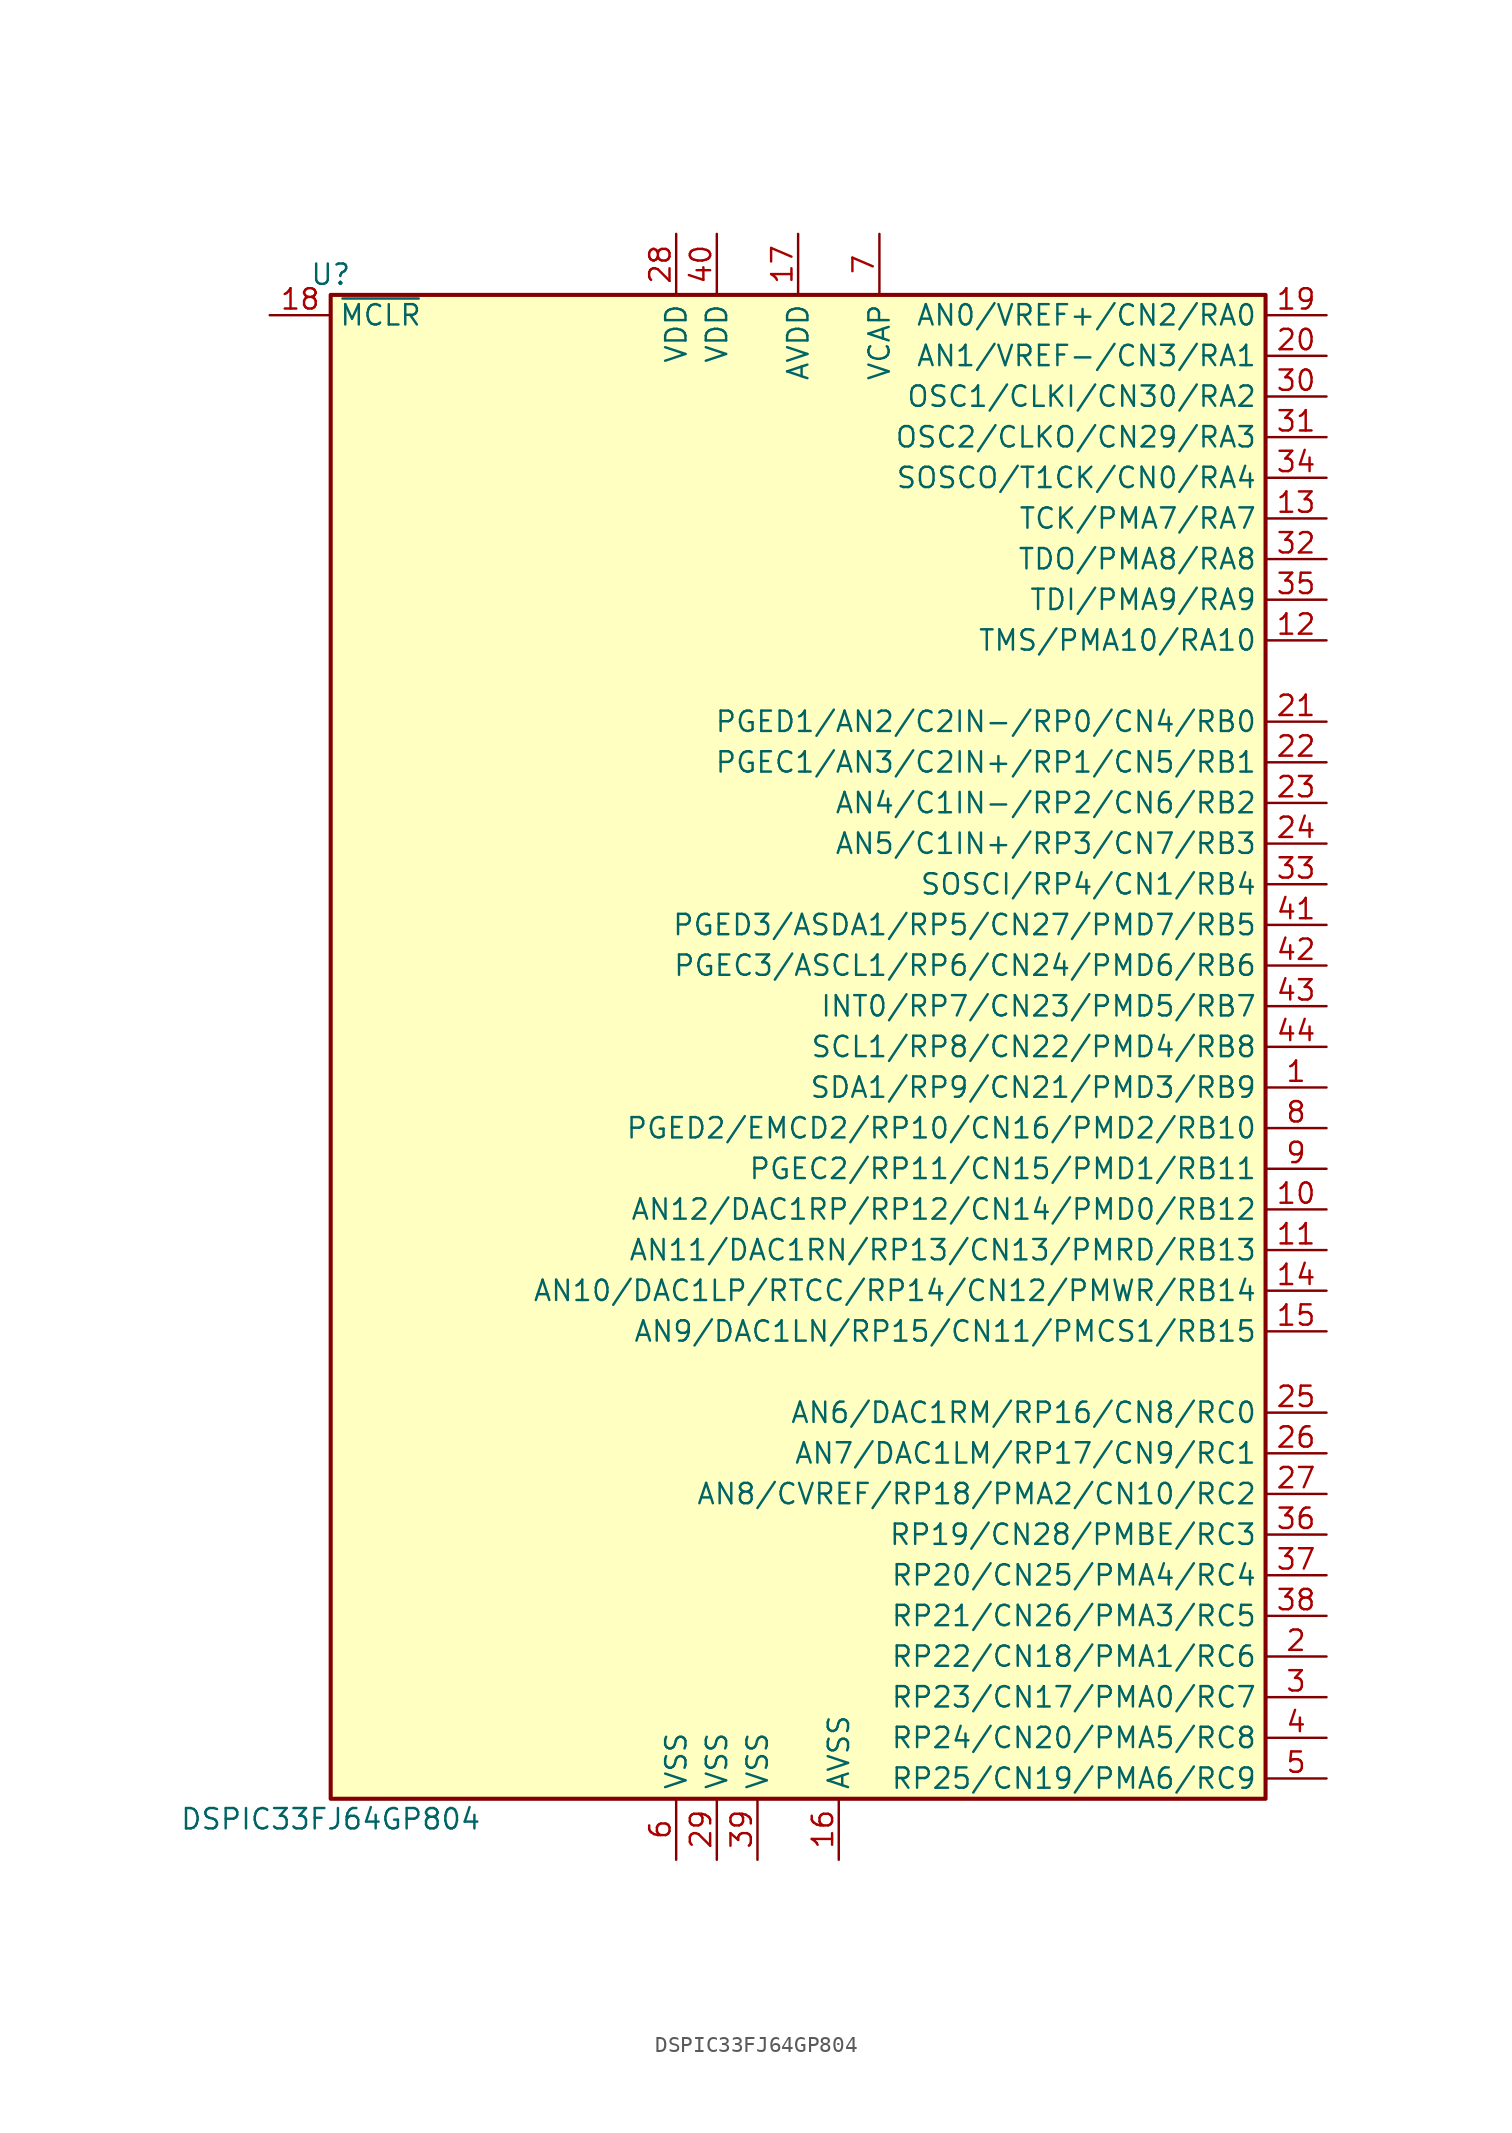
<source format=kicad_sym>
(kicad_symbol_lib
  (version 20201005)
  (generator kicad_symbol_editor)
  (symbol "DSPIC33FJ64GP804"
    (property "Reference" "U"
      (at -29.21 48.26 0)
      (effects (font (size 1.27 1.27))))
    (property "Value" "DSPIC33FJ64GP804"
      (at -29.21 -48.26 0)
      (effects (font (size 1.27 1.27))))
    (symbol "DSPIC33FJ64GP804_1_1"
      (rectangle (start -29.21 46.99) (end 29.21 -46.99) (stroke (width 0.254)) (fill (type background)))
      (pin bidirectional line (at 33.02 -2.54 180) (length 3.81) (name "SDA1/RP9/CN21/PMD3/RB9" (effects (font (size 1.27 1.27)))) (number "1" (effects (font (size 1.27 1.27)))))
      (pin bidirectional line (at 33.02 -10.16 180) (length 3.81) (name "AN12/DAC1RP/RP12/CN14/PMD0/RB12" (effects (font (size 1.27 1.27)))) (number "10" (effects (font (size 1.27 1.27)))))
      (pin bidirectional line (at 33.02 -12.7 180) (length 3.81) (name "AN11/DAC1RN/RP13/CN13/PMRD/RB13" (effects (font (size 1.27 1.27)))) (number "11" (effects (font (size 1.27 1.27)))))
      (pin bidirectional line (at 33.02 25.4 180) (length 3.81) (name "TMS/PMA10/RA10" (effects (font (size 1.27 1.27)))) (number "12" (effects (font (size 1.27 1.27)))))
      (pin bidirectional line (at 33.02 33.02 180) (length 3.81) (name "TCK/PMA7/RA7" (effects (font (size 1.27 1.27)))) (number "13" (effects (font (size 1.27 1.27)))))
      (pin bidirectional line (at 33.02 -15.24 180) (length 3.81) (name "AN10/DAC1LP/RTCC/RP14/CN12/PMWR/RB14" (effects (font (size 1.27 1.27)))) (number "14" (effects (font (size 1.27 1.27)))))
      (pin bidirectional line (at 33.02 -17.78 180) (length 3.81) (name "AN9/DAC1LN/RP15/CN11/PMCS1/RB15" (effects (font (size 1.27 1.27)))) (number "15" (effects (font (size 1.27 1.27)))))
      (pin power_in line (at 2.54 -50.8 90) (length 3.81) (name "AVSS" (effects (font (size 1.27 1.27)))) (number "16" (effects (font (size 1.27 1.27)))))
      (pin power_in line (at 0 50.8 270) (length 3.81) (name "AVDD" (effects (font (size 1.27 1.27)))) (number "17" (effects (font (size 1.27 1.27)))))
      (pin input line (at -33.02 45.72 0) (length 3.81) (name "~MCLR" (effects (font (size 1.27 1.27)))) (number "18" (effects (font (size 1.27 1.27)))))
      (pin bidirectional line (at 33.02 45.72 180) (length 3.81) (name "AN0/VREF+/CN2/RA0" (effects (font (size 1.27 1.27)))) (number "19" (effects (font (size 1.27 1.27)))))
      (pin bidirectional line (at 33.02 -38.1 180) (length 3.81) (name "RP22/CN18/PMA1/RC6" (effects (font (size 1.27 1.27)))) (number "2" (effects (font (size 1.27 1.27)))))
      (pin bidirectional line (at 33.02 43.18 180) (length 3.81) (name "AN1/VREF-/CN3/RA1" (effects (font (size 1.27 1.27)))) (number "20" (effects (font (size 1.27 1.27)))))
      (pin bidirectional line (at 33.02 20.32 180) (length 3.81) (name "PGED1/AN2/C2IN-/RP0/CN4/RB0" (effects (font (size 1.27 1.27)))) (number "21" (effects (font (size 1.27 1.27)))))
      (pin bidirectional line (at 33.02 17.78 180) (length 3.81) (name "PGEC1/AN3/C2IN+/RP1/CN5/RB1" (effects (font (size 1.27 1.27)))) (number "22" (effects (font (size 1.27 1.27)))))
      (pin bidirectional line (at 33.02 15.24 180) (length 3.81) (name "AN4/C1IN-/RP2/CN6/RB2" (effects (font (size 1.27 1.27)))) (number "23" (effects (font (size 1.27 1.27)))))
      (pin bidirectional line (at 33.02 12.7 180) (length 3.81) (name "AN5/C1IN+/RP3/CN7/RB3" (effects (font (size 1.27 1.27)))) (number "24" (effects (font (size 1.27 1.27)))))
      (pin bidirectional line (at 33.02 -22.86 180) (length 3.81) (name "AN6/DAC1RM/RP16/CN8/RC0" (effects (font (size 1.27 1.27)))) (number "25" (effects (font (size 1.27 1.27)))))
      (pin bidirectional line (at 33.02 -25.4 180) (length 3.81) (name "AN7/DAC1LM/RP17/CN9/RC1" (effects (font (size 1.27 1.27)))) (number "26" (effects (font (size 1.27 1.27)))))
      (pin bidirectional line (at 33.02 -27.94 180) (length 3.81) (name "AN8/CVREF/RP18/PMA2/CN10/RC2" (effects (font (size 1.27 1.27)))) (number "27" (effects (font (size 1.27 1.27)))))
      (pin power_in line (at -7.62 50.8 270) (length 3.81) (name "VDD" (effects (font (size 1.27 1.27)))) (number "28" (effects (font (size 1.27 1.27)))))
      (pin power_in line (at -5.08 -50.8 90) (length 3.81) (name "VSS" (effects (font (size 1.27 1.27)))) (number "29" (effects (font (size 1.27 1.27)))))
      (pin bidirectional line (at 33.02 -40.64 180) (length 3.81) (name "RP23/CN17/PMA0/RC7" (effects (font (size 1.27 1.27)))) (number "3" (effects (font (size 1.27 1.27)))))
      (pin input line (at 33.02 40.64 180) (length 3.81) (name "OSC1/CLKI/CN30/RA2" (effects (font (size 1.27 1.27)))) (number "30" (effects (font (size 1.27 1.27)))))
      (pin input line (at 33.02 38.1 180) (length 3.81) (name "OSC2/CLKO/CN29/RA3" (effects (font (size 1.27 1.27)))) (number "31" (effects (font (size 1.27 1.27)))))
      (pin input line (at 33.02 30.48 180) (length 3.81) (name "TDO/PMA8/RA8" (effects (font (size 1.27 1.27)))) (number "32" (effects (font (size 1.27 1.27)))))
      (pin input line (at 33.02 10.16 180) (length 3.81) (name "SOSCI/RP4/CN1/RB4" (effects (font (size 1.27 1.27)))) (number "33" (effects (font (size 1.27 1.27)))))
      (pin input line (at 33.02 35.56 180) (length 3.81) (name "SOSCO/T1CK/CN0/RA4" (effects (font (size 1.27 1.27)))) (number "34" (effects (font (size 1.27 1.27)))))
      (pin input line (at 33.02 27.94 180) (length 3.81) (name "TDI/PMA9/RA9" (effects (font (size 1.27 1.27)))) (number "35" (effects (font (size 1.27 1.27)))))
      (pin input line (at 33.02 -30.48 180) (length 3.81) (name "RP19/CN28/PMBE/RC3" (effects (font (size 1.27 1.27)))) (number "36" (effects (font (size 1.27 1.27)))))
      (pin input line (at 33.02 -33.02 180) (length 3.81) (name "RP20/CN25/PMA4/RC4" (effects (font (size 1.27 1.27)))) (number "37" (effects (font (size 1.27 1.27)))))
      (pin input line (at 33.02 -35.56 180) (length 3.81) (name "RP21/CN26/PMA3/RC5" (effects (font (size 1.27 1.27)))) (number "38" (effects (font (size 1.27 1.27)))))
      (pin power_in line (at -2.54 -50.8 90) (length 3.81) (name "VSS" (effects (font (size 1.27 1.27)))) (number "39" (effects (font (size 1.27 1.27)))))
      (pin bidirectional line (at 33.02 -43.18 180) (length 3.81) (name "RP24/CN20/PMA5/RC8" (effects (font (size 1.27 1.27)))) (number "4" (effects (font (size 1.27 1.27)))))
      (pin power_in line (at -5.08 50.8 270) (length 3.81) (name "VDD" (effects (font (size 1.27 1.27)))) (number "40" (effects (font (size 1.27 1.27)))))
      (pin input line (at 33.02 7.62 180) (length 3.81) (name "PGED3/ASDA1/RP5/CN27/PMD7/RB5" (effects (font (size 1.27 1.27)))) (number "41" (effects (font (size 1.27 1.27)))))
      (pin input line (at 33.02 5.08 180) (length 3.81) (name "PGEC3/ASCL1/RP6/CN24/PMD6/RB6" (effects (font (size 1.27 1.27)))) (number "42" (effects (font (size 1.27 1.27)))))
      (pin input line (at 33.02 2.54 180) (length 3.81) (name "INT0/RP7/CN23/PMD5/RB7" (effects (font (size 1.27 1.27)))) (number "43" (effects (font (size 1.27 1.27)))))
      (pin input line (at 33.02 0 180) (length 3.81) (name "SCL1/RP8/CN22/PMD4/RB8" (effects (font (size 1.27 1.27)))) (number "44" (effects (font (size 1.27 1.27)))))
      (pin bidirectional line (at 33.02 -45.72 180) (length 3.81) (name "RP25/CN19/PMA6/RC9" (effects (font (size 1.27 1.27)))) (number "5" (effects (font (size 1.27 1.27)))))
      (pin power_in line (at -7.62 -50.8 90) (length 3.81) (name "VSS" (effects (font (size 1.27 1.27)))) (number "6" (effects (font (size 1.27 1.27)))))
      (pin power_in line (at 5.08 50.8 270) (length 3.81) (name "VCAP" (effects (font (size 1.27 1.27)))) (number "7" (effects (font (size 1.27 1.27)))))
      (pin bidirectional line (at 33.02 -5.08 180) (length 3.81) (name "PGED2/EMCD2/RP10/CN16/PMD2/RB10" (effects (font (size 1.27 1.27)))) (number "8" (effects (font (size 1.27 1.27)))))
      (pin bidirectional line (at 33.02 -7.62 180) (length 3.81) (name "PGEC2/RP11/CN15/PMD1/RB11" (effects (font (size 1.27 1.27)))) (number "9" (effects (font (size 1.27 1.27))))))))
</source>
